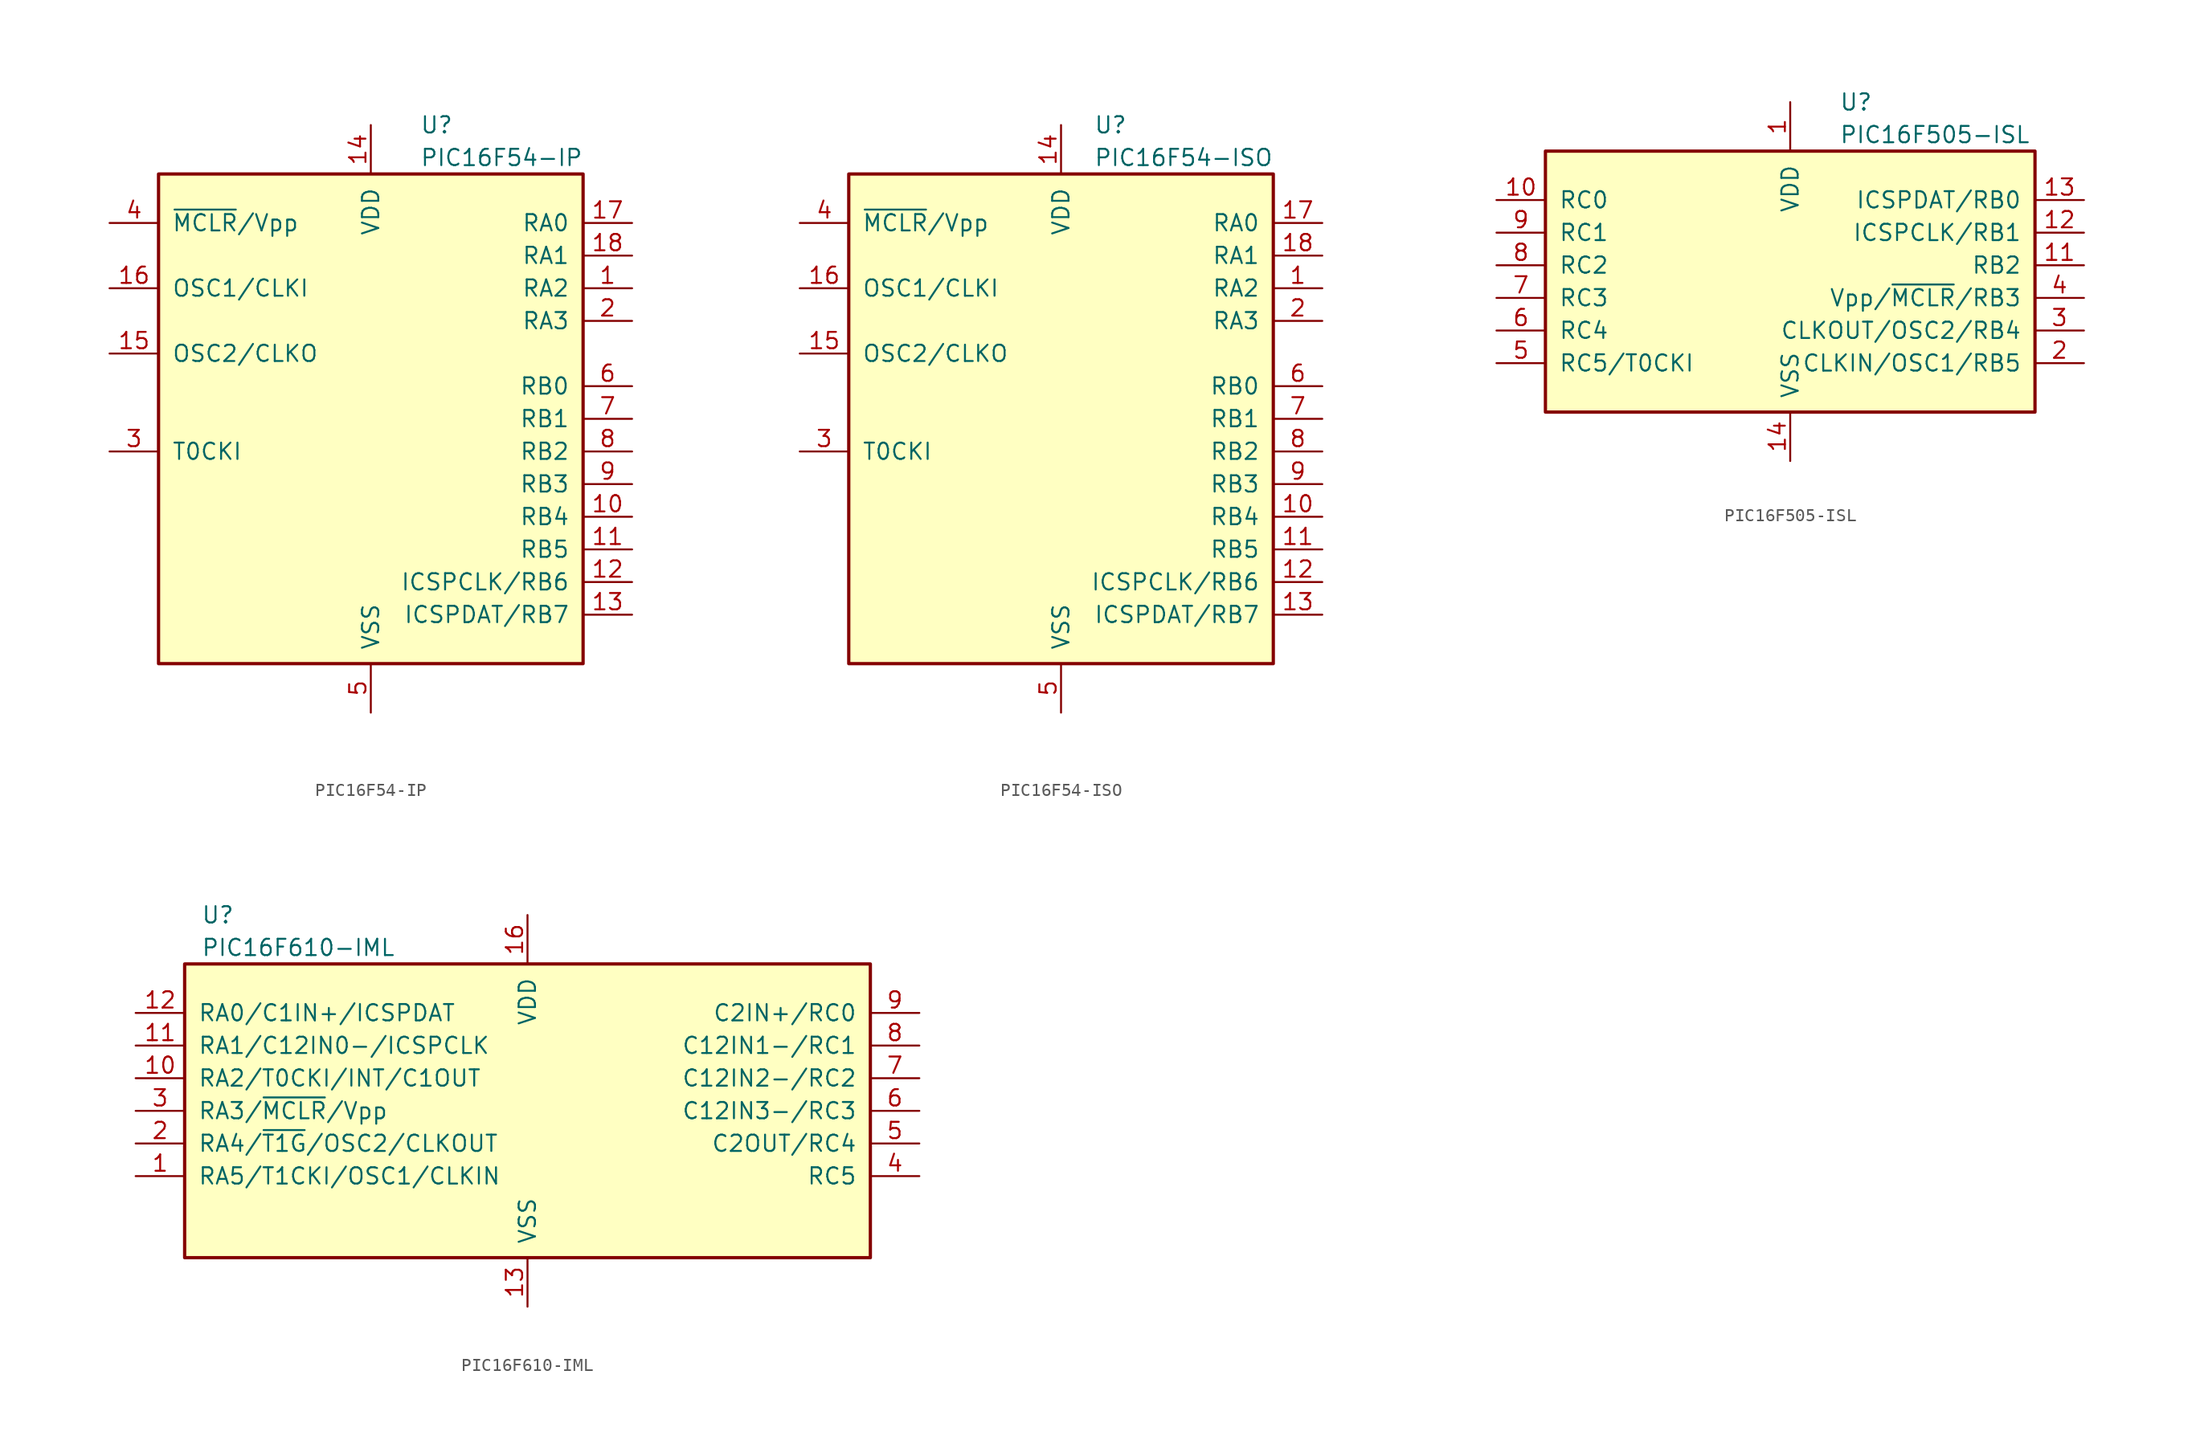
<source format=kicad_sym>
(kicad_symbol_lib
  (version 20211014)
  (generator kicad_symbol_editor)
  (symbol "PIC16F54-IP"
    (pin_names
      (offset 1.016))
    (property "Reference" "U"
      (at 3.81 22.86 0)
      (effects (font (size 1.27 1.27)) (justify left)))
    (property "Value" "PIC16F54-IP"
      (at 3.81 20.32 0)
      (effects (font (size 1.27 1.27)) (justify left)))
    (symbol "PIC16F54-IP_0_1"
      (rectangle (start -16.51 19.05) (end 16.51 -19.05) (stroke (width 0.254) (type default) (color 0 0 0 0)) (fill (type background))))
    (symbol "PIC16F54-IP_1_1"
      (pin bidirectional line (at 20.32 10.16 180) (length 3.81) (name "RA2" (effects (font (size 1.27 1.27)))) (number "1" (effects (font (size 1.27 1.27)))))
      (pin bidirectional line (at 20.32 -7.62 180) (length 3.81) (name "RB4" (effects (font (size 1.27 1.27)))) (number "10" (effects (font (size 1.27 1.27)))))
      (pin bidirectional line (at 20.32 -10.16 180) (length 3.81) (name "RB5" (effects (font (size 1.27 1.27)))) (number "11" (effects (font (size 1.27 1.27)))))
      (pin bidirectional line (at 20.32 -12.7 180) (length 3.81) (name "ICSPCLK/RB6" (effects (font (size 1.27 1.27)))) (number "12" (effects (font (size 1.27 1.27)))))
      (pin bidirectional line (at 20.32 -15.24 180) (length 3.81) (name "ICSPDAT/RB7" (effects (font (size 1.27 1.27)))) (number "13" (effects (font (size 1.27 1.27)))))
      (pin power_in line (at 0 22.86 270) (length 3.81) (name "VDD" (effects (font (size 1.27 1.27)))) (number "14" (effects (font (size 1.27 1.27)))))
      (pin output line (at -20.32 5.08 0) (length 3.81) (name "OSC2/CLKO" (effects (font (size 1.27 1.27)))) (number "15" (effects (font (size 1.27 1.27)))))
      (pin input line (at -20.32 10.16 0) (length 3.81) (name "OSC1/CLKI" (effects (font (size 1.27 1.27)))) (number "16" (effects (font (size 1.27 1.27)))))
      (pin bidirectional line (at 20.32 15.24 180) (length 3.81) (name "RA0" (effects (font (size 1.27 1.27)))) (number "17" (effects (font (size 1.27 1.27)))))
      (pin bidirectional line (at 20.32 12.7 180) (length 3.81) (name "RA1" (effects (font (size 1.27 1.27)))) (number "18" (effects (font (size 1.27 1.27)))))
      (pin bidirectional line (at 20.32 7.62 180) (length 3.81) (name "RA3" (effects (font (size 1.27 1.27)))) (number "2" (effects (font (size 1.27 1.27)))))
      (pin input line (at -20.32 -2.54 0) (length 3.81) (name "T0CKI" (effects (font (size 1.27 1.27)))) (number "3" (effects (font (size 1.27 1.27)))))
      (pin input line (at -20.32 15.24 0) (length 3.81) (name "~{MCLR}/Vpp" (effects (font (size 1.27 1.27)))) (number "4" (effects (font (size 1.27 1.27)))))
      (pin power_in line (at 0 -22.86 90) (length 3.81) (name "VSS" (effects (font (size 1.27 1.27)))) (number "5" (effects (font (size 1.27 1.27)))))
      (pin bidirectional line (at 20.32 2.54 180) (length 3.81) (name "RB0" (effects (font (size 1.27 1.27)))) (number "6" (effects (font (size 1.27 1.27)))))
      (pin bidirectional line (at 20.32 0 180) (length 3.81) (name "RB1" (effects (font (size 1.27 1.27)))) (number "7" (effects (font (size 1.27 1.27)))))
      (pin bidirectional line (at 20.32 -2.54 180) (length 3.81) (name "RB2" (effects (font (size 1.27 1.27)))) (number "8" (effects (font (size 1.27 1.27)))))
      (pin bidirectional line (at 20.32 -5.08 180) (length 3.81) (name "RB3" (effects (font (size 1.27 1.27)))) (number "9" (effects (font (size 1.27 1.27)))))))
  (symbol "PIC16F54-ISO"
    (pin_names
      (offset 1.016))
    (property "Reference" "U"
      (at 2.54 22.86 0)
      (effects (font (size 1.27 1.27)) (justify left)))
    (property "Value" "PIC16F54-ISO"
      (at 2.54 20.32 0)
      (effects (font (size 1.27 1.27)) (justify left)))
    (symbol "PIC16F54-ISO_0_1"
      (rectangle (start -16.51 19.05) (end 16.51 -19.05) (stroke (width 0.254) (type default) (color 0 0 0 0)) (fill (type background))))
    (symbol "PIC16F54-ISO_1_1"
      (pin bidirectional line (at 20.32 10.16 180) (length 3.81) (name "RA2" (effects (font (size 1.27 1.27)))) (number "1" (effects (font (size 1.27 1.27)))))
      (pin bidirectional line (at 20.32 -7.62 180) (length 3.81) (name "RB4" (effects (font (size 1.27 1.27)))) (number "10" (effects (font (size 1.27 1.27)))))
      (pin bidirectional line (at 20.32 -10.16 180) (length 3.81) (name "RB5" (effects (font (size 1.27 1.27)))) (number "11" (effects (font (size 1.27 1.27)))))
      (pin bidirectional line (at 20.32 -12.7 180) (length 3.81) (name "ICSPCLK/RB6" (effects (font (size 1.27 1.27)))) (number "12" (effects (font (size 1.27 1.27)))))
      (pin bidirectional line (at 20.32 -15.24 180) (length 3.81) (name "ICSPDAT/RB7" (effects (font (size 1.27 1.27)))) (number "13" (effects (font (size 1.27 1.27)))))
      (pin power_in line (at 0 22.86 270) (length 3.81) (name "VDD" (effects (font (size 1.27 1.27)))) (number "14" (effects (font (size 1.27 1.27)))))
      (pin output line (at -20.32 5.08 0) (length 3.81) (name "OSC2/CLKO" (effects (font (size 1.27 1.27)))) (number "15" (effects (font (size 1.27 1.27)))))
      (pin input line (at -20.32 10.16 0) (length 3.81) (name "OSC1/CLKI" (effects (font (size 1.27 1.27)))) (number "16" (effects (font (size 1.27 1.27)))))
      (pin bidirectional line (at 20.32 15.24 180) (length 3.81) (name "RA0" (effects (font (size 1.27 1.27)))) (number "17" (effects (font (size 1.27 1.27)))))
      (pin bidirectional line (at 20.32 12.7 180) (length 3.81) (name "RA1" (effects (font (size 1.27 1.27)))) (number "18" (effects (font (size 1.27 1.27)))))
      (pin bidirectional line (at 20.32 7.62 180) (length 3.81) (name "RA3" (effects (font (size 1.27 1.27)))) (number "2" (effects (font (size 1.27 1.27)))))
      (pin input line (at -20.32 -2.54 0) (length 3.81) (name "T0CKI" (effects (font (size 1.27 1.27)))) (number "3" (effects (font (size 1.27 1.27)))))
      (pin input line (at -20.32 15.24 0) (length 3.81) (name "~{MCLR}/Vpp" (effects (font (size 1.27 1.27)))) (number "4" (effects (font (size 1.27 1.27)))))
      (pin power_in line (at 0 -22.86 90) (length 3.81) (name "VSS" (effects (font (size 1.27 1.27)))) (number "5" (effects (font (size 1.27 1.27)))))
      (pin bidirectional line (at 20.32 2.54 180) (length 3.81) (name "RB0" (effects (font (size 1.27 1.27)))) (number "6" (effects (font (size 1.27 1.27)))))
      (pin bidirectional line (at 20.32 0 180) (length 3.81) (name "RB1" (effects (font (size 1.27 1.27)))) (number "7" (effects (font (size 1.27 1.27)))))
      (pin bidirectional line (at 20.32 -2.54 180) (length 3.81) (name "RB2" (effects (font (size 1.27 1.27)))) (number "8" (effects (font (size 1.27 1.27)))))
      (pin bidirectional line (at 20.32 -5.08 180) (length 3.81) (name "RB3" (effects (font (size 1.27 1.27)))) (number "9" (effects (font (size 1.27 1.27)))))))
  (symbol "PIC16F505-ISL"
    (pin_names
      (offset 1.016))
    (property "Reference" "U"
      (at 3.81 12.7 0)
      (effects (font (size 1.27 1.27)) (justify left)))
    (property "Value" "PIC16F505-ISL"
      (at 3.81 10.16 0)
      (effects (font (size 1.27 1.27)) (justify left)))
    (symbol "PIC16F505-ISL_0_1"
      (rectangle (start -19.05 8.89) (end 19.05 -11.43) (stroke (width 0.254) (type default) (color 0 0 0 0)) (fill (type background))))
    (symbol "PIC16F505-ISL_1_1"
      (pin power_in line (at 0 12.7 270) (length 3.81) (name "VDD" (effects (font (size 1.27 1.27)))) (number "1" (effects (font (size 1.27 1.27)))))
      (pin bidirectional line (at -22.86 5.08 0) (length 3.81) (name "RC0" (effects (font (size 1.27 1.27)))) (number "10" (effects (font (size 1.27 1.27)))))
      (pin bidirectional line (at 22.86 0 180) (length 3.81) (name "RB2" (effects (font (size 1.27 1.27)))) (number "11" (effects (font (size 1.27 1.27)))))
      (pin bidirectional line (at 22.86 2.54 180) (length 3.81) (name "ICSPCLK/RB1" (effects (font (size 1.27 1.27)))) (number "12" (effects (font (size 1.27 1.27)))))
      (pin bidirectional line (at 22.86 5.08 180) (length 3.81) (name "ICSPDAT/RB0" (effects (font (size 1.27 1.27)))) (number "13" (effects (font (size 1.27 1.27)))))
      (pin power_in line (at 0 -15.24 90) (length 3.81) (name "VSS" (effects (font (size 1.27 1.27)))) (number "14" (effects (font (size 1.27 1.27)))))
      (pin bidirectional line (at 22.86 -7.62 180) (length 3.81) (name "CLKIN/OSC1/RB5" (effects (font (size 1.27 1.27)))) (number "2" (effects (font (size 1.27 1.27)))))
      (pin bidirectional line (at 22.86 -5.08 180) (length 3.81) (name "CLKOUT/OSC2/RB4" (effects (font (size 1.27 1.27)))) (number "3" (effects (font (size 1.27 1.27)))))
      (pin input line (at 22.86 -2.54 180) (length 3.81) (name "Vpp/~{MCLR}/RB3" (effects (font (size 1.27 1.27)))) (number "4" (effects (font (size 1.27 1.27)))))
      (pin bidirectional line (at -22.86 -7.62 0) (length 3.81) (name "RC5/T0CKI" (effects (font (size 1.27 1.27)))) (number "5" (effects (font (size 1.27 1.27)))))
      (pin bidirectional line (at -22.86 -5.08 0) (length 3.81) (name "RC4" (effects (font (size 1.27 1.27)))) (number "6" (effects (font (size 1.27 1.27)))))
      (pin bidirectional line (at -22.86 -2.54 0) (length 3.81) (name "RC3" (effects (font (size 1.27 1.27)))) (number "7" (effects (font (size 1.27 1.27)))))
      (pin bidirectional line (at -22.86 0 0) (length 3.81) (name "RC2" (effects (font (size 1.27 1.27)))) (number "8" (effects (font (size 1.27 1.27)))))
      (pin bidirectional line (at -22.86 2.54 0) (length 3.81) (name "RC1" (effects (font (size 1.27 1.27)))) (number "9" (effects (font (size 1.27 1.27)))))))
  (symbol "PIC16F610-IML"
    (pin_names
      (offset 1.016))
    (property "Reference" "U"
      (at -25.4 15.24 0)
      (effects (font (size 1.27 1.27)) (justify left)))
    (property "Value" "PIC16F610-IML"
      (at -25.4 12.7 0)
      (effects (font (size 1.27 1.27)) (justify left)))
    (symbol "PIC16F610-IML_0_1"
      (rectangle (start -26.67 11.43) (end 26.67 -11.43) (stroke (width 0.254) (type default) (color 0 0 0 0)) (fill (type background))))
    (symbol "PIC16F610-IML_1_1"
      (pin bidirectional line (at -30.48 -5.08 0) (length 3.81) (name "RA5/T1CKI/OSC1/CLKIN" (effects (font (size 1.27 1.27)))) (number "1" (effects (font (size 1.27 1.27)))))
      (pin bidirectional line (at -30.48 2.54 0) (length 3.81) (name "RA2/T0CKI/INT/C1OUT" (effects (font (size 1.27 1.27)))) (number "10" (effects (font (size 1.27 1.27)))))
      (pin bidirectional line (at -30.48 5.08 0) (length 3.81) (name "RA1/C12IN0-/ICSPCLK" (effects (font (size 1.27 1.27)))) (number "11" (effects (font (size 1.27 1.27)))))
      (pin bidirectional line (at -30.48 7.62 0) (length 3.81) (name "RA0/C1IN+/ICSPDAT" (effects (font (size 1.27 1.27)))) (number "12" (effects (font (size 1.27 1.27)))))
      (pin power_in line (at 0 -15.24 90) (length 3.81) (name "VSS" (effects (font (size 1.27 1.27)))) (number "13" (effects (font (size 1.27 1.27)))))
      (pin power_in line (at 0 15.24 270) (length 3.81) (name "VDD" (effects (font (size 1.27 1.27)))) (number "16" (effects (font (size 1.27 1.27)))))
      (pin bidirectional line (at -30.48 -2.54 0) (length 3.81) (name "RA4/~{T1G}/OSC2/CLKOUT" (effects (font (size 1.27 1.27)))) (number "2" (effects (font (size 1.27 1.27)))))
      (pin input line (at -30.48 0 0) (length 3.81) (name "RA3/~{MCLR}/Vpp" (effects (font (size 1.27 1.27)))) (number "3" (effects (font (size 1.27 1.27)))))
      (pin bidirectional line (at 30.48 -5.08 180) (length 3.81) (name "RC5" (effects (font (size 1.27 1.27)))) (number "4" (effects (font (size 1.27 1.27)))))
      (pin bidirectional line (at 30.48 -2.54 180) (length 3.81) (name "C2OUT/RC4" (effects (font (size 1.27 1.27)))) (number "5" (effects (font (size 1.27 1.27)))))
      (pin bidirectional line (at 30.48 0 180) (length 3.81) (name "C12IN3-/RC3" (effects (font (size 1.27 1.27)))) (number "6" (effects (font (size 1.27 1.27)))))
      (pin bidirectional line (at 30.48 2.54 180) (length 3.81) (name "C12IN2-/RC2" (effects (font (size 1.27 1.27)))) (number "7" (effects (font (size 1.27 1.27)))))
      (pin bidirectional line (at 30.48 5.08 180) (length 3.81) (name "C12IN1-/RC1" (effects (font (size 1.27 1.27)))) (number "8" (effects (font (size 1.27 1.27)))))
      (pin bidirectional line (at 30.48 7.62 180) (length 3.81) (name "C2IN+/RC0" (effects (font (size 1.27 1.27)))) (number "9" (effects (font (size 1.27 1.27))))))))
</source>
